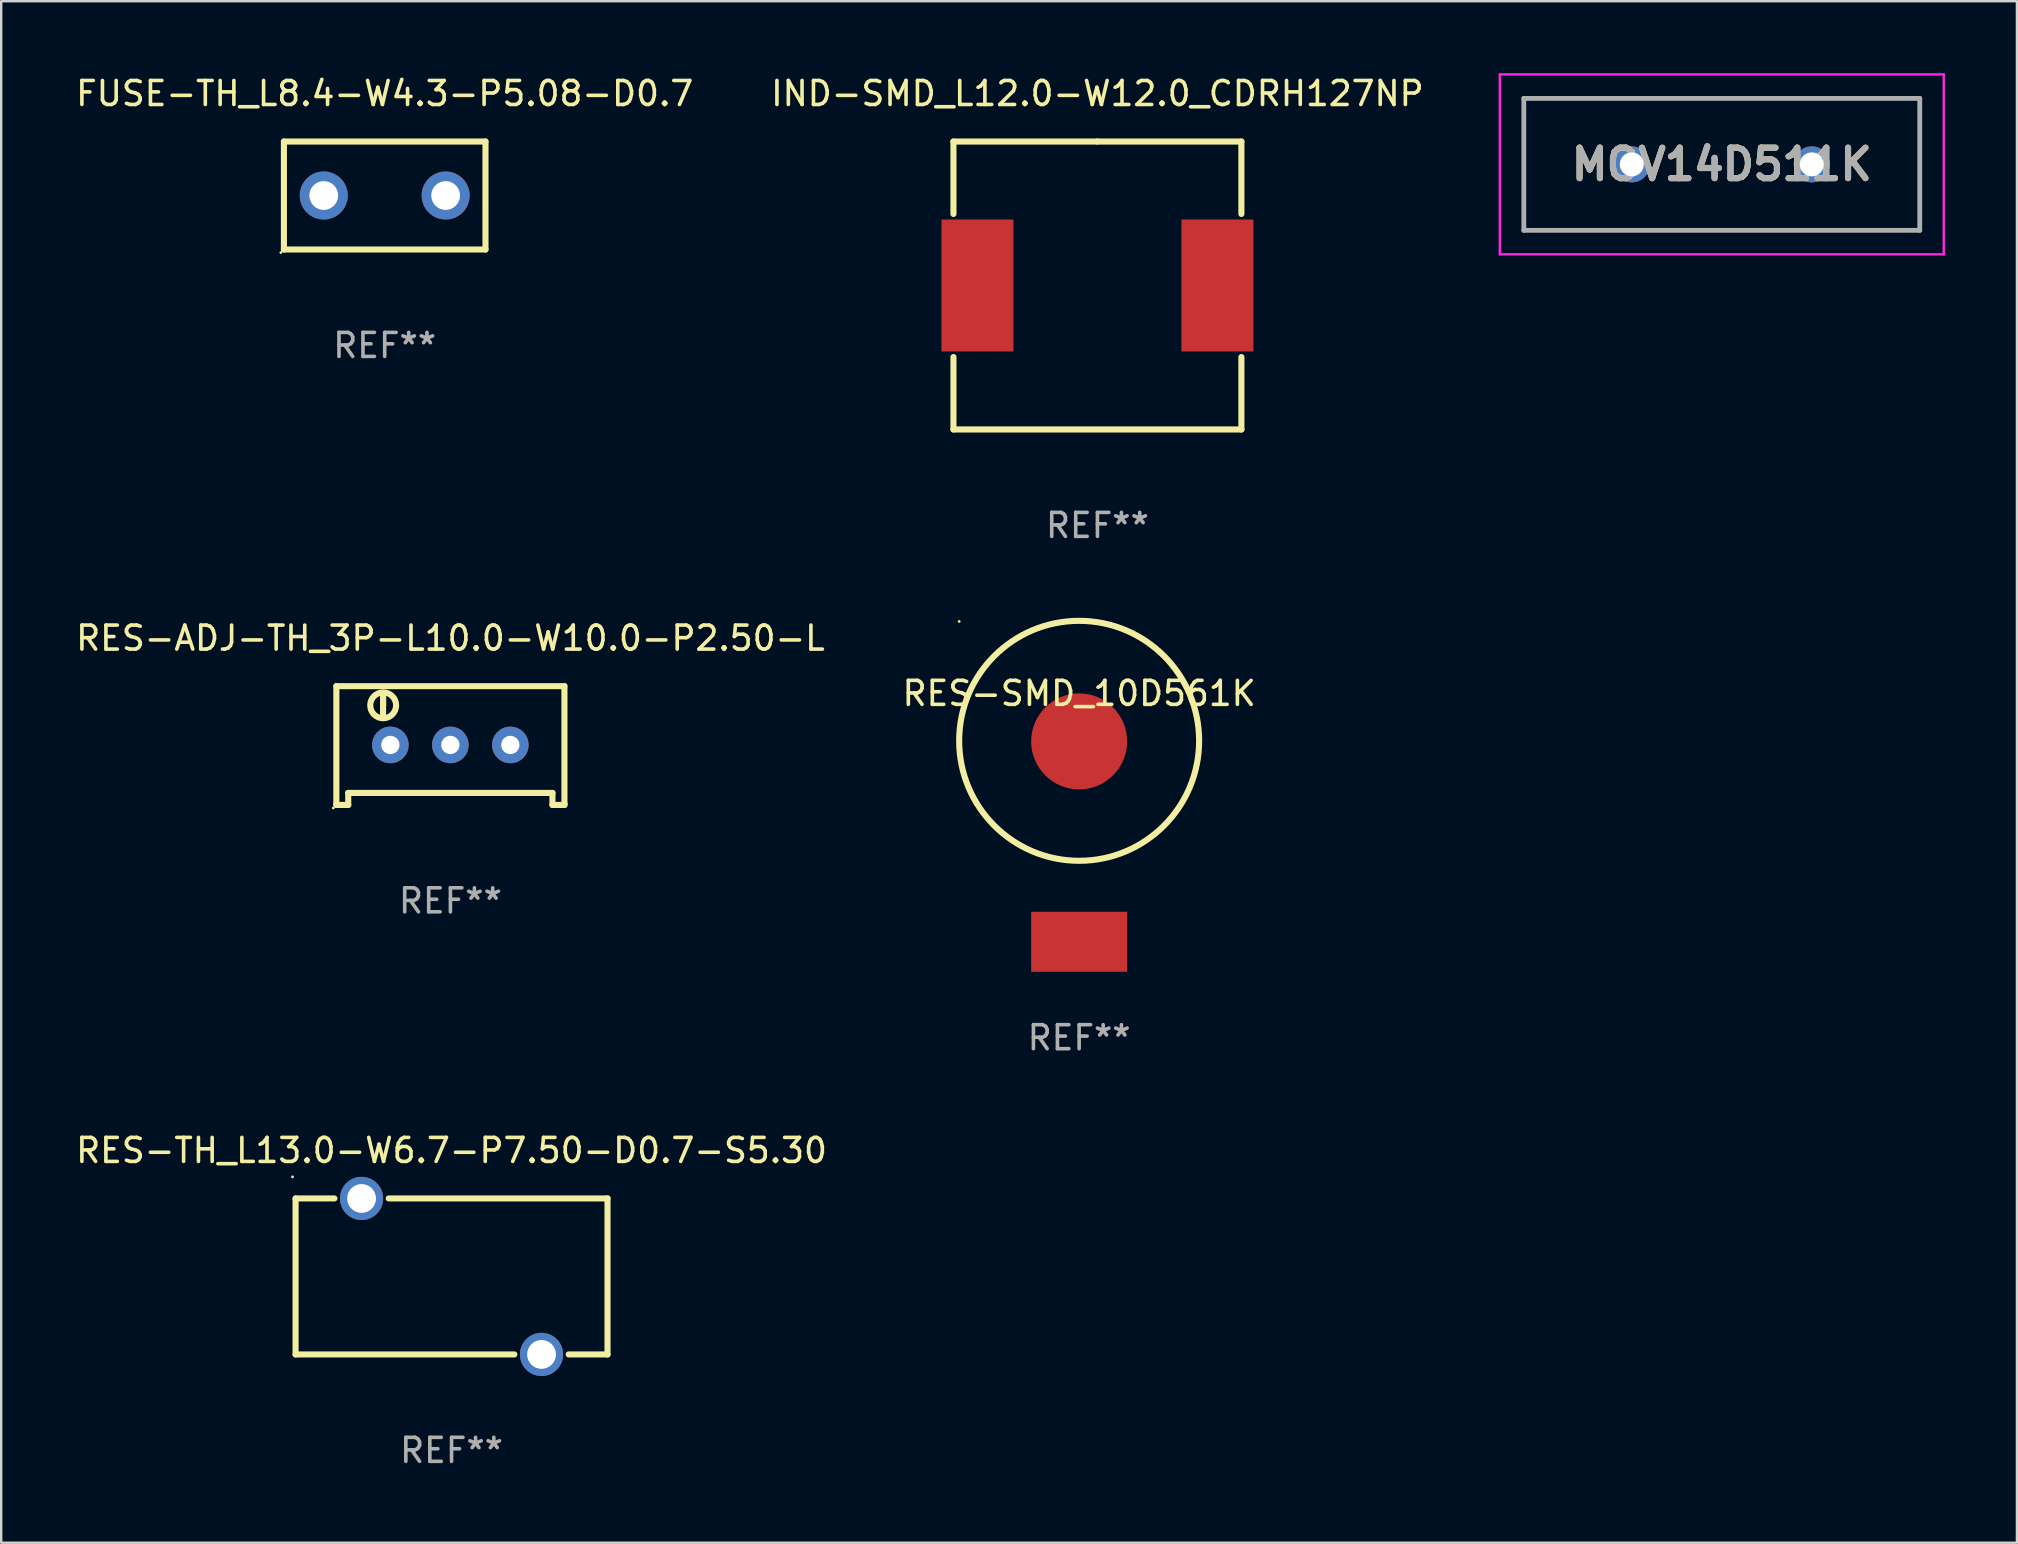
<source format=kicad_pcb>
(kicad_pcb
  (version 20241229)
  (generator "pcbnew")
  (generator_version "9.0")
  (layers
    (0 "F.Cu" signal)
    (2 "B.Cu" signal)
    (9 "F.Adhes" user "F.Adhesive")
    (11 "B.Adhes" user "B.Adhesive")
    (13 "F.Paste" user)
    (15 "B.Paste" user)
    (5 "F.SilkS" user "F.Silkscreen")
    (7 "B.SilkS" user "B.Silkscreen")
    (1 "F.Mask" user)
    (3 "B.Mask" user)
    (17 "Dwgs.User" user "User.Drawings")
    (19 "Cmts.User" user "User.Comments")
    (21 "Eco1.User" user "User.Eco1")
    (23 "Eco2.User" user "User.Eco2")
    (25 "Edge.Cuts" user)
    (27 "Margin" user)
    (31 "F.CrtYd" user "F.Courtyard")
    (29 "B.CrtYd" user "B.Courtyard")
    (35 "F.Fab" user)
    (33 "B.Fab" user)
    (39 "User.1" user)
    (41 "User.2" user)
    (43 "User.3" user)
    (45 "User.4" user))
  (footprint "RES-ADJ-TH_3P-L10.0-W10.0-P2.50-L"
    (layer "F.Cu")
    (at 15.718 27.995)
    (property "Reference" "RES-ADJ-TH_3P-L10.0-W10.0-P2.50-L" (at 0.003 -4.45 0) (layer "F.SilkS") (effects (font (size 1 1) (thickness 0.15))))
    (attr through_hole)
    (fp_line (start -4.75 -2.45) (end -4.75 2.45) (stroke (width 0.254) (type solid)) (layer "F.SilkS"))
    (fp_line (start -4.75 -2.45) (end 4.75 -2.45) (stroke (width 0.254) (type solid)) (layer "F.SilkS"))
    (fp_line (start -4.75 2.45) (end -4.75 2.5) (stroke (width 0.254) (type solid)) (layer "F.SilkS"))
    (fp_line (start -4.75 2.5) (end -4.255 2.5) (stroke (width 0.254) (type solid)) (layer "F.SilkS"))
    (fp_line (start -4.255 2) (end 4.255 2) (stroke (width 0.254) (type solid)) (layer "F.SilkS"))
    (fp_line (start -4.255 2.5) (end -4.255 2) (stroke (width 0.254) (type solid)) (layer "F.SilkS"))
    (fp_line (start -2.804 -2.032) (end -2.804 -1.651) (stroke (width 0.254) (type solid)) (layer "F.SilkS"))
    (fp_line (start -2.804 -1.651) (end -2.804 -2.032) (stroke (width 0.254) (type solid)) (layer "F.SilkS"))
    (fp_line (start -2.804 -1.27) (end -2.804 -1.651) (stroke (width 0.254) (type solid)) (layer "F.SilkS"))
    (fp_line (start 4.255 2) (end 4.255 2.5) (stroke (width 0.254) (type solid)) (layer "F.SilkS"))
    (fp_line (start 4.255 2.5) (end 4.755 2.5) (stroke (width 0.254) (type solid)) (layer "F.SilkS"))
    (fp_line (start 4.755 2.45) (end 4.755 -2.45) (stroke (width 0.254) (type solid)) (layer "F.SilkS"))
    (fp_line (start 4.755 2.5) (end 4.755 2.45) (stroke (width 0.254) (type solid)) (layer "F.SilkS"))
    (fp_arc (start -2.793879 -2.189484) (mid -2.798651 -1.111876) (end -2.804655 -2.189478) (stroke (width 0.254001) (type solid)) (layer "F.SilkS"))
    (fp_circle (center -4.877 2.627) (end -4.847 2.627) (stroke (width 0.06) (type solid)) (fill no) (layer "F.SilkS"))
    (fp_text user "REF**" (at 0.003 6.5 0) (layer "F.Fab") (effects (font (size 1 1) (thickness 0.15))))
    (pad "1" thru_hole circle (at -2.5 0) (size 1.524 1.524) (drill 0.762) (layers "*.Cu" "*.Mask"))
    (pad "2" thru_hole circle (at 0.000127 0) (size 1.524 1.524) (drill 0.762) (layers "*.Cu" "*.Mask"))
    (pad "3" thru_hole circle (at 2.5 0) (size 1.524 1.524) (drill 0.762) (layers "*.Cu" "*.Mask")))
  (footprint "FUSE-TH_L8.4-W4.3-P5.08-D0.7"
    (layer "F.Cu")
    (at 12.982 5.098)
    (property "Reference" "FUSE-TH_L8.4-W4.3-P5.08-D0.7" (at 0 -4.25 0) (layer "F.SilkS") (effects (font (size 1 1) (thickness 0.15))))
    (attr through_hole)
    (fp_line (start -4.2 -2.25) (end 4.2 -2.25) (stroke (width 0.254) (type solid)) (layer "F.SilkS"))
    (fp_line (start -4.2 2.25) (end -4.2 -2.25) (stroke (width 0.254) (type solid)) (layer "F.SilkS"))
    (fp_line (start 4.2 -2.25) (end 4.2 2.25) (stroke (width 0.254) (type solid)) (layer "F.SilkS"))
    (fp_line (start 4.2 2.25) (end -4.2 2.25) (stroke (width 0.254) (type solid)) (layer "F.SilkS"))
    (fp_circle (center -4.327 2.377) (end -4.297 2.377) (stroke (width 0.06) (type solid)) (fill no) (layer "F.SilkS"))
    (fp_text user "REF**" (at 0 6.25 0) (layer "F.Fab") (effects (font (size 1 1) (thickness 0.15))))
    (pad "1" thru_hole circle (at -2.54 0) (size 2 2) (drill 1.2) (layers "*.Cu" "*.Mask"))
    (pad "2" thru_hole circle (at 2.54 0) (size 2 2) (drill 1.2) (layers "*.Cu" "*.Mask")))
  (footprint "RES-TH_L13.0-W6.7-P7.50-D0.7-S5.30"
    (layer "F.Cu")
    (at 15.768 50.145)
    (property "Reference" "RES-TH_L13.0-W6.7-P7.50-D0.7-S5.30" (at -0.000025 -5.25 0) (layer "F.SilkS") (effects (font (size 1 1) (thickness 0.15))))
    (attr through_hole)
    (fp_line (start -6.5 -3.25) (end -4.881 -3.25) (stroke (width 0.254) (type solid)) (layer "F.SilkS"))
    (fp_line (start -6.5 3.25) (end -6.5 -3.25) (stroke (width 0.254) (type solid)) (layer "F.SilkS"))
    (fp_line (start -2.619 -3.25) (end 6.5 -3.25) (stroke (width 0.254) (type solid)) (layer "F.SilkS"))
    (fp_line (start 2.619 3.25) (end -6.5 3.25) (stroke (width 0.254) (type solid)) (layer "F.SilkS"))
    (fp_line (start 6.5 -3.25) (end 6.5 3.25) (stroke (width 0.254) (type solid)) (layer "F.SilkS"))
    (fp_line (start 6.5 3.25) (end 4.881 3.25) (stroke (width 0.254) (type solid)) (layer "F.SilkS"))
    (fp_circle (center -6.627 -4.15) (end -6.597 -4.15) (stroke (width 0.06) (type solid)) (fill no) (layer "F.SilkS"))
    (fp_text user "REF**" (at -0.000025 7.25 0) (layer "F.Fab") (effects (font (size 1 1) (thickness 0.15))))
    (pad "1" thru_hole circle (at -3.75 -3.25) (size 1.8 1.8) (drill 1.2) (layers "*.Cu" "*.Mask"))
    (pad "2" thru_hole circle (at 3.75 3.25) (size 1.8 1.8) (drill 1.2) (layers "*.Cu" "*.Mask")))
  (footprint "MOV14D511K"
    (layer "F.Cu")
    (at 64.955 3.8)
    (property "Reference" "MOV14D511K" (at 3.75 0 0) (layer "F.SilkS") (effects (font (size 1.27 1.27) (thickness 0.254))))
    (attr through_hole)
    (fp_line (start -4.5 -2.75) (end 12 -2.75) (stroke (width 0.1) (type solid)) (layer "F.SilkS"))
    (fp_line (start -4.5 2.75) (end -4.5 -2.75) (stroke (width 0.1) (type solid)) (layer "F.SilkS"))
    (fp_line (start 12 -2.75) (end 12 2.75) (stroke (width 0.1) (type solid)) (layer "F.SilkS"))
    (fp_line (start 12 2.75) (end -4.5 2.75) (stroke (width 0.1) (type solid)) (layer "F.SilkS"))
    (fp_line (start -5.5 -3.75) (end 13 -3.75) (stroke (width 0.1) (type solid)) (layer "F.CrtYd"))
    (fp_line (start -5.5 3.75) (end -5.5 -3.75) (stroke (width 0.1) (type solid)) (layer "F.CrtYd"))
    (fp_line (start 13 -3.75) (end 13 3.75) (stroke (width 0.1) (type solid)) (layer "F.CrtYd"))
    (fp_line (start 13 3.75) (end -5.5 3.75) (stroke (width 0.1) (type solid)) (layer "F.CrtYd"))
    (fp_line (start -4.5 -2.75) (end 12 -2.75) (stroke (width 0.2) (type solid)) (layer "F.Fab"))
    (fp_line (start -4.5 2.75) (end -4.5 -2.75) (stroke (width 0.2) (type solid)) (layer "F.Fab"))
    (fp_line (start 12 -2.75) (end 12 2.75) (stroke (width 0.2) (type solid)) (layer "F.Fab"))
    (fp_line (start 12 2.75) (end -4.5 2.75) (stroke (width 0.2) (type solid)) (layer "F.Fab"))
    (fp_text user "${REFERENCE}" (at 3.75 0 0) (layer "F.Fab") (effects (font (size 1.27 1.27) (thickness 0.254))))
    (pad "1" thru_hole circle (at 0 0) (size 1.5 1.5) (drill 1) (layers "*.Cu" "*.Mask"))
    (pad "2" thru_hole circle (at 7.5 0) (size 1.5 1.5) (drill 1) (layers "*.Cu" "*.Mask")))
  (footprint "RES-SMD_10D561K"
    (layer "F.Cu")
    (at 41.923 32.023)
    (property "Reference" "RES-SMD_10D561K" (at 0 -6.175 0) (layer "F.SilkS") (effects (font (size 1 1) (thickness 0.15))))
    (attr smd)
    (fp_circle (center -5 -9.175) (end -4.97 -9.175) (stroke (width 0.06) (type solid)) (fill no) (layer "F.SilkS"))
    (fp_circle (center 0 -4.2) (end 5 -4.2) (stroke (width 0.254) (type solid)) (fill no) (layer "F.SilkS"))
    (fp_text user "REF**" (at 0 8.175 0) (layer "F.Fab") (effects (font (size 1 1) (thickness 0.15))))
    (pad "1" smd circle (at 0 -4.175) (size 4 4) (layers "F.Cu" "F.Mask" "F.Paste"))
    (pad "2" smd rect (at 0 4.175) (size 4 2.5) (layers "F.Cu" "F.Mask" "F.Paste")))
  (footprint "IND-SMD_L12.0-W12.0_CDRH127NP"
    (layer "F.Cu")
    (at 42.685 8.848)
    (property "Reference" "IND-SMD_L12.0-W12.0_CDRH127NP" (at 0 -8 0) (layer "F.SilkS") (effects (font (size 1 1) (thickness 0.15))))
    (attr smd)
    (fp_line (start -6 -6) (end 0 -6) (stroke (width 0.254) (type solid)) (layer "F.SilkS"))
    (fp_line (start -6 -2.981) (end -6 -6) (stroke (width 0.254) (type solid)) (layer "F.SilkS"))
    (fp_line (start -6 6) (end -6 2.981) (stroke (width 0.254) (type solid)) (layer "F.SilkS"))
    (fp_line (start 0 -6) (end 6 -6) (stroke (width 0.254) (type solid)) (layer "F.SilkS"))
    (fp_line (start 6 -6) (end 6 -2.981) (stroke (width 0.254) (type solid)) (layer "F.SilkS"))
    (fp_line (start 6 2.981) (end 6 6) (stroke (width 0.254) (type solid)) (layer "F.SilkS"))
    (fp_line (start 6 6) (end -6 6) (stroke (width 0.254) (type solid)) (layer "F.SilkS"))
    (fp_circle (center -6 6) (end -5.97 6) (stroke (width 0.06) (type solid)) (fill no) (layer "F.SilkS"))
    (fp_text user "REF**" (at 0 10 0) (layer "F.Fab") (effects (font (size 1 1) (thickness 0.15))))
    (pad "1" smd rect (at -5 0) (size 3 5.5) (layers "F.Cu" "F.Mask" "F.Paste"))
    (pad "2" smd rect (at 5 0) (size 3 5.5) (layers "F.Cu" "F.Mask" "F.Paste")))
  (gr_rect
    (start -3 -3)
    (end 81.005 61.243)
    (stroke (width 0.1) (type default))
    (fill no)
    (layer "Edge.Cuts")))
</source>
